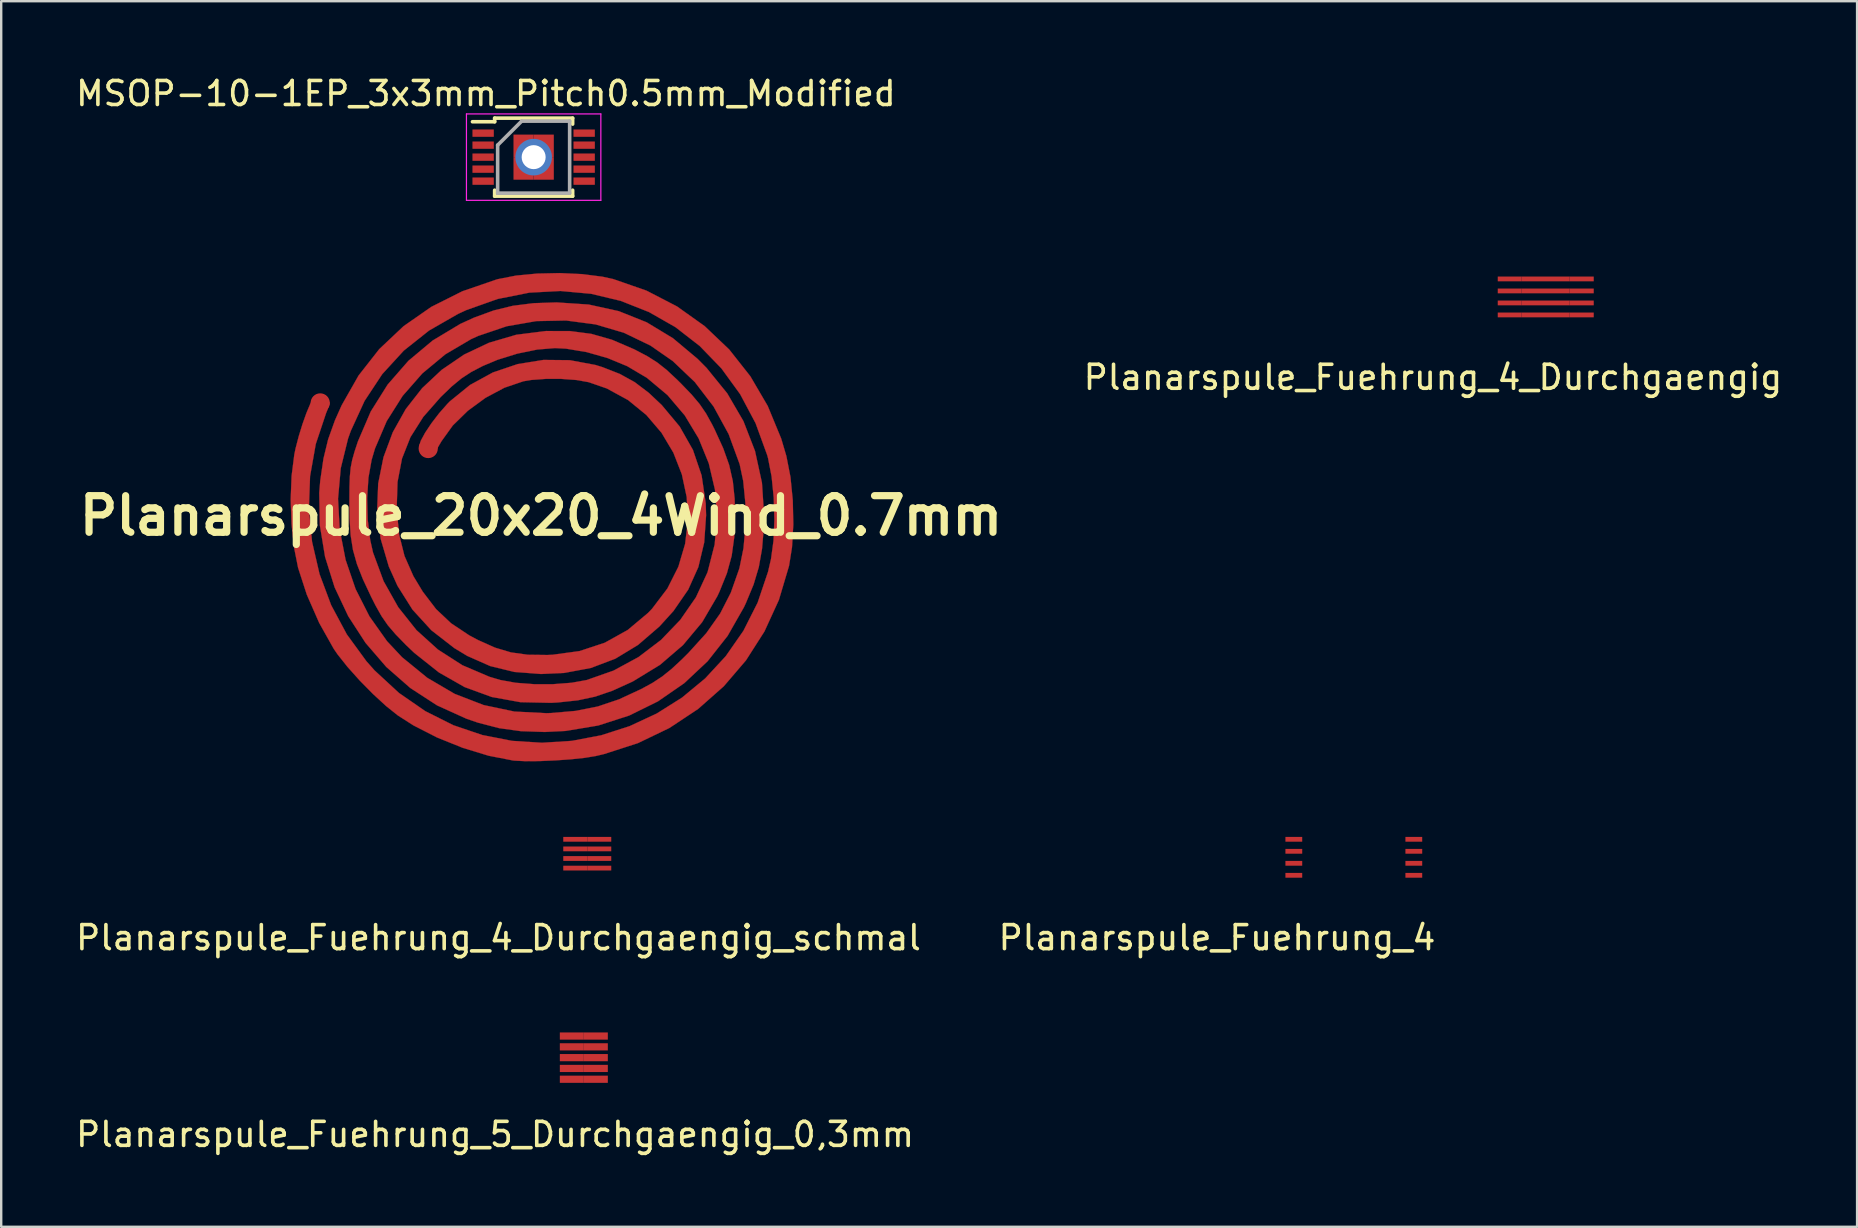
<source format=kicad_pcb>
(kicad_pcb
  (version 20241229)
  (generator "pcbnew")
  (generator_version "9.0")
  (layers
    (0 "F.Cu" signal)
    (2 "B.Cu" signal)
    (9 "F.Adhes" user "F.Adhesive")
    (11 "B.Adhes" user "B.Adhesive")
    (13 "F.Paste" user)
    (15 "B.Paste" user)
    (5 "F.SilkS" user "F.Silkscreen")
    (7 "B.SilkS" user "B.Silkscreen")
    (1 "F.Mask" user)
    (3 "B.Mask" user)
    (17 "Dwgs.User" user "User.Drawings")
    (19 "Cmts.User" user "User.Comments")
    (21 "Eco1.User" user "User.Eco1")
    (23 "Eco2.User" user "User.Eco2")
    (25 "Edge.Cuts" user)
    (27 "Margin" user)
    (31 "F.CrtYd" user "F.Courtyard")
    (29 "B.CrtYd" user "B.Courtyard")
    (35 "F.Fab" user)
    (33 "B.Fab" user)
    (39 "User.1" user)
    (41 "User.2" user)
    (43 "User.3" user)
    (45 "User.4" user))
  (footprint "Planarspule_Fuehrung_5_Durchgaengig_0,3mm"
    (layer "F.Cu")
    (at 20.777 40.12)
    (property "Reference" "Planarspule_Fuehrung_5_Durchgaengig_0,3mm" (at -3.2 4.1 0) (layer "F.SilkS") (effects (font (size 1 1) (thickness 0.15))))
    (attr through_hole)
    (pad "1" smd rect (at 0 0) (size 1 0.3) (layers "F.Cu" "F.Paste"))
    (pad "2" smd rect (at 1 0) (size 1 0.3) (layers "F.Cu" "F.Paste"))
    (pad "3" smd rect (at 0 0.45) (size 1 0.3) (layers "F.Cu" "F.Paste"))
    (pad "4" smd rect (at 1 0.45) (size 1 0.3) (layers "F.Cu" "F.Paste"))
    (pad "5" smd rect (at 0 0.9) (size 1 0.3) (layers "F.Cu" "F.Paste"))
    (pad "6" smd rect (at 1 0.9) (size 1 0.3) (layers "F.Cu" "F.Paste"))
    (pad "7" smd rect (at 0 1.35) (size 1 0.3) (layers "F.Cu" "F.Paste"))
    (pad "8" smd rect (at 1 1.35) (size 1 0.3) (layers "F.Cu" "F.Paste"))
    (pad "9" smd rect (at 0 1.8) (size 1 0.3) (layers "F.Cu" "F.Paste"))
    (pad "10" smd rect (at 1 1.8) (size 1 0.3) (layers "F.Cu" "F.Paste")))
  (footprint "Planarspule_Fuehrung_4"
    (layer "F.Cu")
    (at 50.861 31.922)
    (property "Reference" "Planarspule_Fuehrung_4" (at -3.2 4.1 0) (layer "F.SilkS") (effects (font (size 1 1) (thickness 0.15))))
    (attr through_hole)
    (pad "1" smd rect (at 0 0) (size 0.7 0.2) (layers "F.Cu" "F.Paste"))
    (pad "2" smd rect (at 5 0) (size 0.7 0.2) (layers "F.Cu" "F.Paste"))
    (pad "3" smd rect (at 0 0.5) (size 0.7 0.2) (layers "F.Cu" "F.Paste"))
    (pad "4" smd rect (at 5 0.5) (size 0.7 0.2) (layers "F.Cu" "F.Paste"))
    (pad "5" smd rect (at 0 1) (size 0.7 0.2) (layers "F.Cu" "F.Paste"))
    (pad "6" smd rect (at 5 1) (size 0.7 0.2) (layers "F.Cu" "F.Paste"))
    (pad "7" smd rect (at 0 1.5) (size 0.7 0.2) (layers "F.Cu" "F.Paste"))
    (pad "8" smd rect (at 5 1.5) (size 0.7 0.2) (layers "F.Cu" "F.Paste")))
  (footprint "MSOP-10-1EP_3x3mm_Pitch0.5mm_Modified"
    (layer "F.Cu")
    (at 19.186 3.498)
    (property "Reference" "MSOP-10-1EP_3x3mm_Pitch0.5mm_Modified" (at -1.99 -2.65 0) (layer "F.SilkS") (effects (font (size 1 1) (thickness 0.15))))
    (attr smd)
    (fp_line (start -1.625 -1.625) (end -1.625 -1.475) (stroke (width 0.15) (type solid)) (layer "F.SilkS"))
    (fp_line (start -1.625 -1.625) (end 1.625 -1.625) (stroke (width 0.15) (type solid)) (layer "F.SilkS"))
    (fp_line (start -1.625 -1.475) (end -2.55 -1.475) (stroke (width 0.15) (type solid)) (layer "F.SilkS"))
    (fp_line (start -1.625 1.625) (end -1.625 1.377) (stroke (width 0.15) (type solid)) (layer "F.SilkS"))
    (fp_line (start -1.625 1.625) (end 1.625 1.625) (stroke (width 0.15) (type solid)) (layer "F.SilkS"))
    (fp_line (start 1.625 -1.625) (end 1.625 -1.377) (stroke (width 0.15) (type solid)) (layer "F.SilkS"))
    (fp_line (start 1.625 1.625) (end 1.625 1.377) (stroke (width 0.15) (type solid)) (layer "F.SilkS"))
    (fp_line (start -2.8 -1.8) (end -2.8 1.8) (stroke (width 0.05) (type solid)) (layer "F.CrtYd"))
    (fp_line (start -2.8 -1.8) (end 2.8 -1.8) (stroke (width 0.05) (type solid)) (layer "F.CrtYd"))
    (fp_line (start -2.8 1.8) (end 2.8 1.8) (stroke (width 0.05) (type solid)) (layer "F.CrtYd"))
    (fp_line (start 2.8 -1.8) (end 2.8 1.8) (stroke (width 0.05) (type solid)) (layer "F.CrtYd"))
    (fp_line (start -1.5 -0.5) (end -0.5 -1.5) (stroke (width 0.15) (type solid)) (layer "F.Fab"))
    (fp_line (start -1.5 1.5) (end -1.5 -0.5) (stroke (width 0.15) (type solid)) (layer "F.Fab"))
    (fp_line (start -0.5 -1.5) (end 1.5 -1.5) (stroke (width 0.15) (type solid)) (layer "F.Fab"))
    (fp_line (start 1.5 -1.5) (end 1.5 1.5) (stroke (width 0.15) (type solid)) (layer "F.Fab"))
    (fp_line (start 1.5 1.5) (end -1.5 1.5) (stroke (width 0.15) (type solid)) (layer "F.Fab"))
    (pad "1" smd rect (at -2.105 -1) (size 0.89 0.305) (layers "F.Cu" "F.Mask" "F.Paste"))
    (pad "2" smd rect (at -2.105 -0.5) (size 0.89 0.305) (layers "F.Cu" "F.Mask" "F.Paste"))
    (pad "3" smd rect (at -2.105 0) (size 0.89 0.305) (layers "F.Cu" "F.Mask" "F.Paste"))
    (pad "4" smd rect (at -2.105 0.5) (size 0.89 0.305) (layers "F.Cu" "F.Mask" "F.Paste"))
    (pad "5" smd rect (at -2.105 1) (size 0.89 0.305) (layers "F.Cu" "F.Mask" "F.Paste"))
    (pad "6" smd rect (at 2.105 1) (size 0.89 0.305) (layers "F.Cu" "F.Mask" "F.Paste"))
    (pad "7" smd rect (at 2.105 0.5) (size 0.89 0.305) (layers "F.Cu" "F.Mask" "F.Paste"))
    (pad "8" smd rect (at 2.105 0) (size 0.89 0.305) (layers "F.Cu" "F.Mask" "F.Paste"))
    (pad "9" smd rect (at 2.105 -0.5) (size 0.89 0.305) (layers "F.Cu" "F.Mask" "F.Paste"))
    (pad "10" smd rect (at 2.105 -1) (size 0.89 0.305) (layers "F.Cu" "F.Mask" "F.Paste"))
    (pad "11" smd rect (at -0.42 -0.47) (size 0.84 0.94) (layers "F.Cu" "F.Mask" "F.Paste"))
    (pad "11" smd rect (at -0.42 0.47) (size 0.84 0.94) (layers "F.Cu" "F.Mask" "F.Paste"))
    (pad "11" thru_hole circle (at 0 0) (size 1.524 1.524) (drill 1) (layers "*.Cu" "*.Mask"))
    (pad "11" smd rect (at 0.42 -0.47) (size 0.84 0.94) (layers "F.Cu" "F.Mask" "F.Paste"))
    (pad "11" smd rect (at 0.42 0.47) (size 0.84 0.94) (layers "F.Cu" "F.Mask" "F.Paste")))
  (footprint "Planarspule_Fuehrung_4_Durchgaengig"
    (layer "F.Cu")
    (at 59.858 8.573)
    (property "Reference" "Planarspule_Fuehrung_4_Durchgaengig" (at -3.2 4.1 0) (layer "F.SilkS") (effects (font (size 1 1) (thickness 0.15))))
    (attr through_hole)
    (pad "" smd rect (at 1.5 0) (size 2 0.2) (layers "F.Cu" "F.Paste"))
    (pad "" smd rect (at 1.5 0.5) (size 2 0.2) (layers "F.Cu" "F.Paste"))
    (pad "" smd rect (at 1.5 1) (size 2 0.2) (layers "F.Cu" "F.Paste"))
    (pad "" smd rect (at 1.5 1.5) (size 2 0.2) (layers "F.Cu" "F.Paste"))
    (pad "1" smd rect (at 0 0) (size 1 0.2) (layers "F.Cu" "F.Paste"))
    (pad "2" smd rect (at 3 0) (size 1 0.2) (layers "F.Cu" "F.Paste"))
    (pad "3" smd rect (at 0 0.5) (size 1 0.2) (layers "F.Cu" "F.Paste"))
    (pad "4" smd rect (at 3 0.5) (size 1 0.2) (layers "F.Cu" "F.Paste"))
    (pad "5" smd rect (at 0 1) (size 1 0.2) (layers "F.Cu" "F.Paste"))
    (pad "6" smd rect (at 3 1) (size 1 0.2) (layers "F.Cu" "F.Paste"))
    (pad "7" smd rect (at 0 1.5) (size 1 0.2) (layers "F.Cu" "F.Paste"))
    (pad "8" smd rect (at 3 1.5) (size 1 0.2) (layers "F.Cu" "F.Paste")))
  (footprint "Planarspule_20x20_4Wind_0.7mm"
    (layer "F.Cu")
    (at 19.493 18.439)
    (property "Reference" "Planarspule_20x20_4Wind_0.7mm" (at 0 0 0) (layer "F.SilkS") (effects (font (size 1.524 1.524) (thickness 0.3))))
    (attr through_hole)
    (fp_poly (pts (xy 1.714 -10.067) (xy 2.556 -9.96) (xy 3.016 -9.858) (xy 4.394 -9.379) (xy 5.665 -8.722) (xy 6.819 -7.9) (xy 7.842 -6.926) (xy 8.722 -5.811) (xy 9.448 -4.57) (xy 10.008 -3.214) (xy 10.223 -2.487) (xy 10.394 -1.614) (xy 10.491 -0.638) (xy 10.513 0.364) (xy 10.458 1.317) (xy 10.335 2.089) (xy 9.913 3.506) (xy 9.31 4.822) (xy 8.54 6.027) (xy 7.615 7.107) (xy 6.548 8.05) (xy 5.351 8.844) (xy 4.037 9.476) (xy 2.62 9.933) (xy 2.275 10.014) (xy 1.823 10.088) (xy 1.239 10.15) (xy 0.59 10.196) (xy -0.06 10.224) (xy -0.644 10.228) (xy -1.097 10.206) (xy -1.164 10.199) (xy -2.182 10.001) (xy -3.262 9.672) (xy -4.331 9.241) (xy -5.318 8.736) (xy -5.964 8.323) (xy -6.452 7.933) (xy -6.999 7.43) (xy -7.554 6.867) (xy -8.065 6.296) (xy -8.481 5.772) (xy -8.637 5.545) (xy -9.243 4.466) (xy -9.758 3.291) (xy -10.122 2.17) (xy -10.294 1.308) (xy -10.397 0.334) (xy -10.431 -0.682) (xy -10.392 -1.667) (xy -10.28 -2.549) (xy -10.227 -2.805) (xy -10.093 -3.319) (xy -9.937 -3.826) (xy -9.773 -4.285) (xy -9.617 -4.656) (xy -9.485 -4.899) (xy -9.401 -4.974) (xy -9.249 -4.931) (xy -9.024 -4.833) (xy -8.836 -4.73) (xy -8.809 -4.711) (xy -8.829 -4.61) (xy -8.912 -4.383) (xy -8.955 -4.276) (xy -9.385 -2.988) (xy -9.623 -1.648) (xy -9.673 -0.282) (xy -9.54 1.086) (xy -9.229 2.43) (xy -8.745 3.724) (xy -8.091 4.945) (xy -7.274 6.065) (xy -6.938 6.443) (xy -5.919 7.385) (xy -4.819 8.145) (xy -3.657 8.728) (xy -2.448 9.138) (xy -1.21 9.381) (xy 0.04 9.46) (xy 1.285 9.381) (xy 2.508 9.149) (xy 3.692 8.768) (xy 4.82 8.243) (xy 5.875 7.579) (xy 6.84 6.78) (xy 7.698 5.852) (xy 8.432 4.798) (xy 9.025 3.625) (xy 9.46 2.336) (xy 9.583 1.805) (xy 9.687 1.04) (xy 9.724 0.161) (xy 9.696 -0.755) (xy 9.608 -1.634) (xy 9.46 -2.398) (xy 9.426 -2.522) (xy 8.94 -3.856) (xy 8.298 -5.064) (xy 7.517 -6.138) (xy 6.613 -7.072) (xy 5.602 -7.857) (xy 4.5 -8.486) (xy 3.324 -8.952) (xy 2.09 -9.247) (xy 0.813 -9.364) (xy -0.488 -9.295) (xy -1.799 -9.034) (xy -3.104 -8.572) (xy -3.456 -8.41) (xy -4.664 -7.717) (xy -5.719 -6.879) (xy -6.616 -5.9) (xy -7.353 -4.783) (xy -7.927 -3.532) (xy -8.042 -3.208) (xy -8.345 -1.977) (xy -8.458 -0.706) (xy -8.388 0.576) (xy -8.142 1.84) (xy -7.726 3.056) (xy -7.149 4.194) (xy -6.418 5.226) (xy -5.79 5.896) (xy -4.736 6.756) (xy -3.6 7.422) (xy -2.39 7.89) (xy -1.11 8.16) (xy 0.233 8.228) (xy 0.423 8.221) (xy 1.449 8.132) (xy 2.362 7.95) (xy 3.248 7.652) (xy 4.176 7.222) (xy 4.643 6.967) (xy 5.043 6.704) (xy 5.434 6.391) (xy 5.874 5.983) (xy 6.138 5.72) (xy 6.885 4.896) (xy 7.464 4.077) (xy 7.908 3.209) (xy 8.252 2.234) (xy 8.271 2.17) (xy 8.437 1.353) (xy 8.519 0.426) (xy 8.515 -0.535) (xy 8.425 -1.449) (xy 8.277 -2.148) (xy 7.817 -3.403) (xy 7.19 -4.55) (xy 6.409 -5.57) (xy 5.488 -6.446) (xy 4.559 -7.091) (xy 3.453 -7.624) (xy 2.272 -7.972) (xy 1.045 -8.134) (xy -0.198 -8.109) (xy -1.428 -7.895) (xy -2.616 -7.493) (xy -2.913 -7.358) (xy -3.986 -6.726) (xy -4.944 -5.931) (xy -5.765 -4.995) (xy -6.43 -3.942) (xy -6.919 -2.797) (xy -7.058 -2.328) (xy -7.191 -1.583) (xy -7.245 -0.723) (xy -7.22 0.169) (xy -7.117 1.013) (xy -7.001 1.53) (xy -6.559 2.728) (xy -5.95 3.811) (xy -5.191 4.766) (xy -4.294 5.577) (xy -3.276 6.23) (xy -2.149 6.711) (xy -1.693 6.846) (xy -1.055 6.961) (xy -0.294 7.019) (xy 0.507 7.019) (xy 1.268 6.961) (xy 1.905 6.846) (xy 3.024 6.453) (xy 4.062 5.89) (xy 4.997 5.179) (xy 5.802 4.342) (xy 6.455 3.4) (xy 6.93 2.375) (xy 6.946 2.328) (xy 7.236 1.196) (xy 7.333 0.05) (xy 7.248 -1.084) (xy 6.99 -2.183) (xy 6.567 -3.223) (xy 5.99 -4.179) (xy 5.269 -5.028) (xy 4.411 -5.746) (xy 3.592 -6.231) (xy 2.775 -6.569) (xy 1.897 -6.819) (xy 1.044 -6.961) (xy 0.582 -6.985) (xy -0.157 -6.924) (xy -0.983 -6.755) (xy -1.811 -6.498) (xy -2.424 -6.241) (xy -2.904 -5.991) (xy -3.314 -5.723) (xy -3.721 -5.387) (xy -4.18 -4.945) (xy -4.907 -4.117) (xy -5.44 -3.275) (xy -5.792 -2.383) (xy -5.979 -1.405) (xy -6.013 -0.304) (xy -6.01 -0.219) (xy -5.912 0.786) (xy -5.689 1.675) (xy -5.318 2.518) (xy -4.928 3.164) (xy -4.372 3.892) (xy -3.746 4.482) (xy -2.992 4.984) (xy -2.624 5.18) (xy -1.917 5.497) (xy -1.25 5.696) (xy -0.549 5.793) (xy 0.26 5.803) (xy 0.475 5.794) (xy 1.606 5.64) (xy 2.656 5.293) (xy 3.612 4.761) (xy 4.46 4.05) (xy 4.628 3.875) (xy 5.266 3.033) (xy 5.723 2.125) (xy 6.005 1.172) (xy 6.119 0.197) (xy 6.071 -0.776) (xy 5.868 -1.725) (xy 5.515 -2.627) (xy 5.02 -3.458) (xy 4.389 -4.197) (xy 3.628 -4.819) (xy 2.743 -5.302) (xy 1.984 -5.565) (xy 1.475 -5.655) (xy 0.847 -5.701) (xy 0.187 -5.701) (xy -0.418 -5.656) (xy -0.738 -5.601) (xy -1.526 -5.333) (xy -2.314 -4.912) (xy -3.048 -4.374) (xy -3.676 -3.76) (xy -4.145 -3.108) (xy -4.145 -3.108) (xy -4.324 -2.803) (xy -4.451 -2.65) (xy -4.576 -2.613) (xy -4.748 -2.657) (xy -4.768 -2.664) (xy -4.986 -2.775) (xy -5.079 -2.892) (xy -5.079 -2.894) (xy -5.01 -3.124) (xy -4.827 -3.461) (xy -4.56 -3.86) (xy -4.242 -4.274) (xy -3.903 -4.659) (xy -3.796 -4.768) (xy -2.957 -5.449) (xy -2.006 -5.969) (xy -0.976 -6.318) (xy 0.103 -6.492) (xy 1.197 -6.481) (xy 2.275 -6.28) (xy 2.561 -6.191) (xy 3.286 -5.907) (xy 3.905 -5.565) (xy 4.489 -5.122) (xy 5.029 -4.613) (xy 5.776 -3.719) (xy 6.33 -2.742) (xy 6.692 -1.678) (xy 6.863 -0.523) (xy 6.879 -0.019) (xy 6.8 1.114) (xy 6.556 2.138) (xy 6.133 3.08) (xy 5.519 3.97) (xy 4.934 4.615) (xy 4.043 5.384) (xy 3.097 5.958) (xy 2.077 6.344) (xy 0.959 6.552) (xy 0 6.595) (xy -1.111 6.51) (xy -2.119 6.264) (xy -3.073 5.842) (xy -3.612 5.516) (xy -4.57 4.772) (xy -5.354 3.914) (xy -5.98 2.922) (xy -6.342 2.117) (xy -6.685 0.952) (xy -6.829 -0.208) (xy -6.784 -1.344) (xy -6.563 -2.44) (xy -6.176 -3.479) (xy -5.636 -4.443) (xy -4.953 -5.315) (xy -4.139 -6.078) (xy -3.205 -6.715) (xy -2.164 -7.208) (xy -1.027 -7.541) (xy 0.196 -7.695) (xy 0.212 -7.696) (xy 1.207 -7.694) (xy 2.095 -7.578) (xy 2.955 -7.333) (xy 3.867 -6.941) (xy 3.916 -6.917) (xy 4.423 -6.651) (xy 4.839 -6.388) (xy 5.231 -6.079) (xy 5.667 -5.672) (xy 5.829 -5.512) (xy 6.275 -5.049) (xy 6.608 -4.654) (xy 6.878 -4.258) (xy 7.134 -3.794) (xy 7.232 -3.598) (xy 7.592 -2.81) (xy 7.839 -2.116) (xy 7.992 -1.441) (xy 8.068 -0.71) (xy 8.085 0) (xy 8.052 0.897) (xy 7.945 1.67) (xy 7.745 2.399) (xy 7.436 3.163) (xy 7.346 3.355) (xy 6.714 4.436) (xy 5.915 5.392) (xy 4.959 6.213) (xy 3.858 6.886) (xy 3.757 6.937) (xy 2.973 7.293) (xy 2.26 7.537) (xy 1.534 7.692) (xy 0.71 7.78) (xy 0.423 7.797) (xy -0.855 7.77) (xy -2.053 7.553) (xy -3.182 7.141) (xy -4.253 6.531) (xy -5.279 5.717) (xy -5.622 5.391) (xy -6.056 4.945) (xy -6.38 4.567) (xy -6.643 4.187) (xy -6.897 3.737) (xy -7.077 3.38) (xy -7.423 2.642) (xy -7.671 2.012) (xy -7.836 1.422) (xy -7.933 0.807) (xy -7.977 0.101) (xy -7.985 -0.582) (xy -7.981 -1.189) (xy -7.965 -1.643) (xy -7.93 -2.004) (xy -7.866 -2.329) (xy -7.767 -2.68) (xy -7.628 -3.099) (xy -7.095 -4.341) (xy -6.391 -5.463) (xy -5.527 -6.453) (xy -4.515 -7.3) (xy -3.367 -7.99) (xy -2.79 -8.254) (xy -1.973 -8.552) (xy -1.172 -8.748) (xy -0.313 -8.856) (xy 0.645 -8.888) (xy 1.989 -8.799) (xy 3.239 -8.524) (xy 4.404 -8.058) (xy 5.495 -7.398) (xy 6.523 -6.537) (xy 6.899 -6.158) (xy 7.761 -5.096) (xy 8.435 -3.939) (xy 8.917 -2.697) (xy 9.206 -1.376) (xy 9.297 0.014) (xy 9.283 0.505) (xy 9.209 1.385) (xy 9.075 2.141) (xy 8.86 2.86) (xy 8.543 3.625) (xy 8.457 3.81) (xy 7.776 5.005) (xy 6.941 6.065) (xy 5.968 6.978) (xy 4.873 7.735) (xy 3.674 8.326) (xy 2.385 8.741) (xy 1.024 8.968) (xy 0.159 9.011) (xy -0.842 8.977) (xy -1.739 8.853) (xy -2.623 8.624) (xy -3.109 8.458) (xy -4.331 7.903) (xy -5.447 7.178) (xy -6.444 6.304) (xy -7.31 5.3) (xy -8.032 4.187) (xy -8.599 2.985) (xy -8.998 1.715) (xy -9.216 0.395) (xy -9.241 -0.954) (xy -9.199 -1.463) (xy -9.065 -2.379) (xy -8.87 -3.183) (xy -8.588 -3.971) (xy -8.305 -4.604) (xy -7.601 -5.843) (xy -6.739 -6.943) (xy -5.727 -7.898) (xy -4.571 -8.703) (xy -3.277 -9.353) (xy -1.852 -9.843) (xy -1.794 -9.859) (xy -1.039 -10.006) (xy -0.155 -10.09) (xy 0.786 -10.11) (xy 1.714 -10.067)) (stroke (width 0.01) (type solid)) (fill yes) (layer "F.Cu"))
    (pad "1" smd circle (at -4.7 -2.8) (size 0.8 0.8) (layers "F.Cu" "F.Mask" "F.Paste"))
    (pad "2" smd circle (at -9.2 -4.7) (size 0.8 0.8) (layers "F.Cu" "F.Mask" "F.Paste")))
  (footprint "Planarspule_Fuehrung_4_Durchgaengig_schmal"
    (layer "F.Cu")
    (at 20.92 31.922)
    (property "Reference" "Planarspule_Fuehrung_4_Durchgaengig_schmal" (at -3.2 4.1 0) (layer "F.SilkS") (effects (font (size 1 1) (thickness 0.15))))
    (attr through_hole)
    (pad "1" smd rect (at 0 0) (size 1 0.2) (layers "F.Cu" "F.Paste"))
    (pad "2" smd rect (at 1 0) (size 1 0.2) (layers "F.Cu" "F.Paste"))
    (pad "3" smd rect (at 0 0.4) (size 1 0.2) (layers "F.Cu" "F.Paste"))
    (pad "4" smd rect (at 1 0.4) (size 1 0.2) (layers "F.Cu" "F.Paste"))
    (pad "5" smd rect (at 0 0.8) (size 1 0.2) (layers "F.Cu" "F.Paste"))
    (pad "6" smd rect (at 1 0.8) (size 1 0.2) (layers "F.Cu" "F.Paste"))
    (pad "7" smd rect (at 0 1.2) (size 1 0.2) (layers "F.Cu" "F.Paste"))
    (pad "8" smd rect (at 1 1.2) (size 1 0.2) (layers "F.Cu" "F.Paste")))
  (gr_rect
    (start -3 -3)
    (end 74.331 48.068)
    (stroke (width 0.1) (type default))
    (fill no)
    (layer "Edge.Cuts")))
</source>
